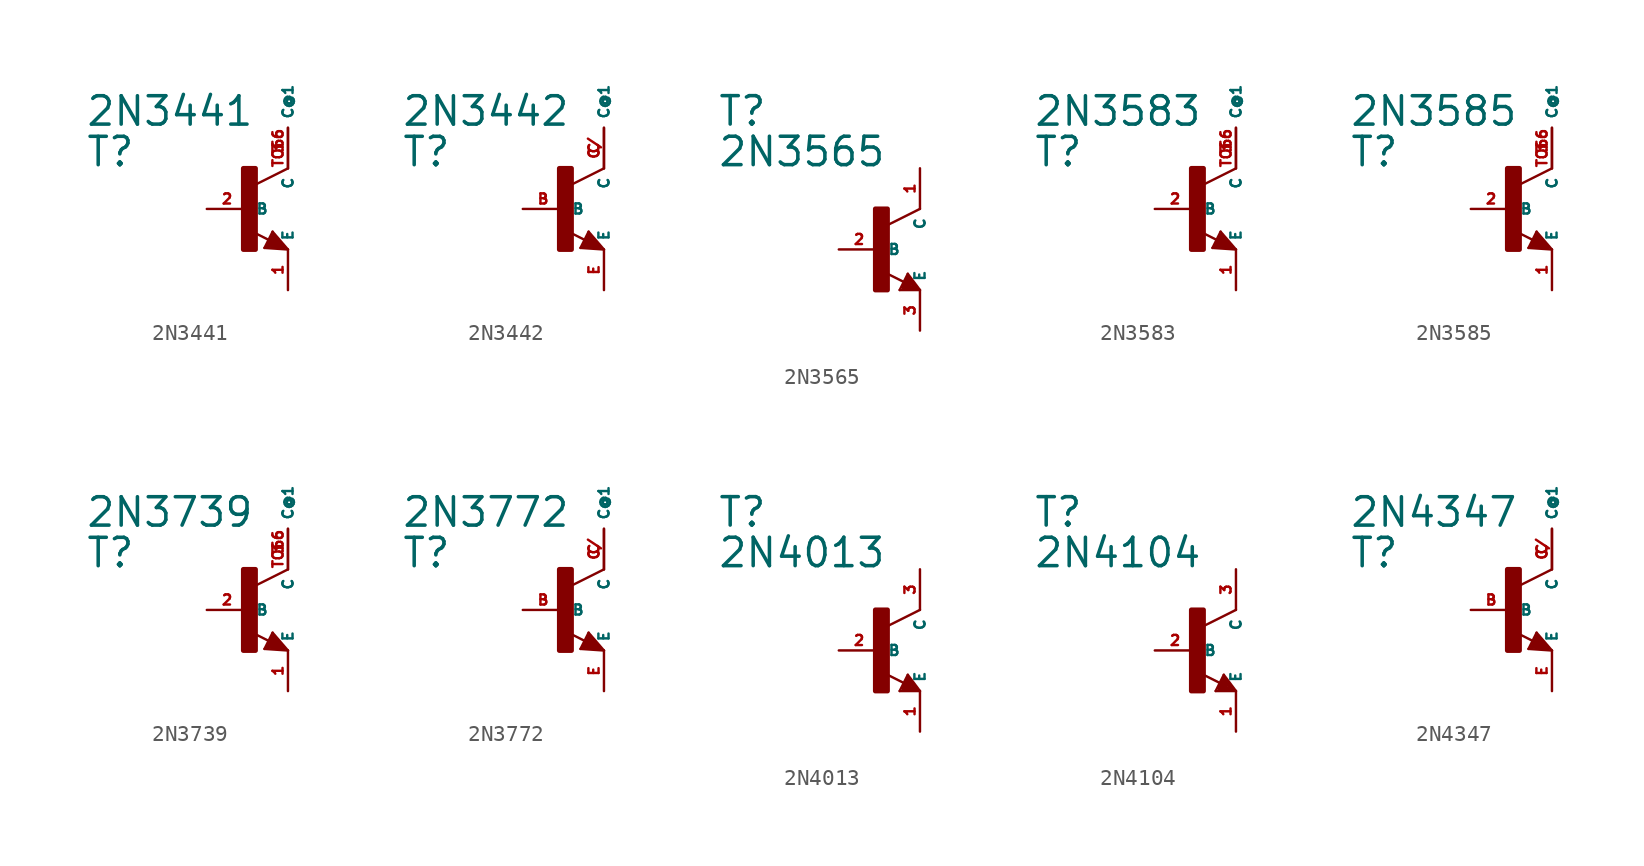
<source format=kicad_sym>
(kicad_symbol_lib
  (version 20220914)
  (generator Eagle2Kicad)
  (symbol "2N3441"
    (property "Reference" "T"
      (at -10.16 2.54 0)
      (effects (font (size 1.778 1.778) (thickness 0.22)) (justify left bottom)))
    (property "Value" "2N3441"
      (at -10.16 5.08 0)
      (effects (font (size 1.778 1.778) (thickness 0.22)) (justify left bottom)))
    (polyline
      (pts (xy 2.54 2.54) (xy 0.508 1.524))
      (stroke (width 0.152) (type default))
      (fill (type none)))
    (polyline
      (pts (xy 1.578 -1.424) (xy 2.54 -2.54))
      (stroke (width 0.152) (type default))
      (fill (type none)))
    (polyline
      (pts (xy 2.54 -2.54) (xy 1.07 -2.44))
      (stroke (width 0.152) (type default))
      (fill (type none)))
    (polyline
      (pts (xy 1.07 -2.44) (xy 1.578 -1.424))
      (stroke (width 0.152) (type default))
      (fill (type none)))
    (polyline
      (pts (xy 1.34 -1.94) (xy 0.108 -1.324))
      (stroke (width 0.152) (type default))
      (fill (type none)))
    (polyline
      (pts (xy 2.286 -2.413) (xy 1.651 -1.651))
      (stroke (width 0.254) (type default))
      (fill (type none)))
    (polyline
      (pts (xy 1.651 -1.651) (xy 1.27 -2.286))
      (stroke (width 0.254) (type default))
      (fill (type none)))
    (polyline
      (pts (xy 1.27 -2.286) (xy 2.159 -2.413))
      (stroke (width 0.254) (type default))
      (fill (type none)))
    (polyline
      (pts (xy 2.159 -2.413) (xy 1.651 -1.905))
      (stroke (width 0.254) (type default))
      (fill (type none)))
    (polyline
      (pts (xy 1.651 -1.905) (xy 1.524 -2.159))
      (stroke (width 0.254) (type default))
      (fill (type none)))
    (polyline
      (pts (xy 1.524 -2.159) (xy 1.778 -2.159))
      (stroke (width 0.254) (type default))
      (fill (type none)))
    (rectangle
      (start -0.254 -2.54)
      (end 0.508 2.54)
      (stroke (width 0.3) (type default))
      (fill (type outline)))
    (pin passive line
      (at -2.54 0 0)
      (length 2.54)
      (name "B" (effects (font (size 0.635 0.635) (thickness 0.08)) (justify left bottom)))
      (number "2" (effects (font (size 0.635 0.635) (thickness 0.08)) (justify left bottom))))
    (pin passive line
      (at 2.54 -5.08 90)
      (length 2.54)
      (name "E" (effects (font (size 0.635 0.635) (thickness 0.08)) (justify left bottom)))
      (number "1" (effects (font (size 0.635 0.635) (thickness 0.08)) (justify left bottom))))
    (pin passive line
      (at 2.54 5.08 270)
      (length 2.54)
      (name "C" (effects (font (size 0.635 0.635) (thickness 0.08)) (justify left bottom)))
      (number "3" (effects (font (size 0.635 0.635) (thickness 0.08)) (justify left bottom))))
    (pin passive line
      (at 2.54 2.54 90)
      (length 2.54)
      (name "C@1" (effects (font (size 0.635 0.635) (thickness 0.08)) (justify left bottom)))
      (number "TO66" (effects (font (size 0.635 0.635) (thickness 0.08)) (justify left bottom)))))
  (symbol "2N3442"
    (property "Reference" "T"
      (at -10.16 2.54 0)
      (effects (font (size 1.778 1.778) (thickness 0.22)) (justify left bottom)))
    (property "Value" "2N3442"
      (at -10.16 5.08 0)
      (effects (font (size 1.778 1.778) (thickness 0.22)) (justify left bottom)))
    (polyline
      (pts (xy 2.54 2.54) (xy 0.508 1.524))
      (stroke (width 0.152) (type default))
      (fill (type none)))
    (polyline
      (pts (xy 1.578 -1.424) (xy 2.54 -2.54))
      (stroke (width 0.152) (type default))
      (fill (type none)))
    (polyline
      (pts (xy 2.54 -2.54) (xy 1.07 -2.44))
      (stroke (width 0.152) (type default))
      (fill (type none)))
    (polyline
      (pts (xy 1.07 -2.44) (xy 1.578 -1.424))
      (stroke (width 0.152) (type default))
      (fill (type none)))
    (polyline
      (pts (xy 1.34 -1.94) (xy 0.108 -1.324))
      (stroke (width 0.152) (type default))
      (fill (type none)))
    (polyline
      (pts (xy 2.286 -2.413) (xy 1.651 -1.651))
      (stroke (width 0.254) (type default))
      (fill (type none)))
    (polyline
      (pts (xy 1.651 -1.651) (xy 1.27 -2.286))
      (stroke (width 0.254) (type default))
      (fill (type none)))
    (polyline
      (pts (xy 1.27 -2.286) (xy 2.159 -2.413))
      (stroke (width 0.254) (type default))
      (fill (type none)))
    (polyline
      (pts (xy 2.159 -2.413) (xy 1.651 -1.905))
      (stroke (width 0.254) (type default))
      (fill (type none)))
    (polyline
      (pts (xy 1.651 -1.905) (xy 1.524 -2.159))
      (stroke (width 0.254) (type default))
      (fill (type none)))
    (polyline
      (pts (xy 1.524 -2.159) (xy 1.778 -2.159))
      (stroke (width 0.254) (type default))
      (fill (type none)))
    (rectangle
      (start -0.254 -2.54)
      (end 0.508 2.54)
      (stroke (width 0.3) (type default))
      (fill (type outline)))
    (pin passive line
      (at -2.54 0 0)
      (length 2.54)
      (name "B" (effects (font (size 0.635 0.635) (thickness 0.08)) (justify left bottom)))
      (number "B" (effects (font (size 0.635 0.635) (thickness 0.08)) (justify left bottom))))
    (pin passive line
      (at 2.54 -5.08 90)
      (length 2.54)
      (name "E" (effects (font (size 0.635 0.635) (thickness 0.08)) (justify left bottom)))
      (number "E" (effects (font (size 0.635 0.635) (thickness 0.08)) (justify left bottom))))
    (pin passive line
      (at 2.54 5.08 270)
      (length 2.54)
      (name "C" (effects (font (size 0.635 0.635) (thickness 0.08)) (justify left bottom)))
      (number "C" (effects (font (size 0.635 0.635) (thickness 0.08)) (justify left bottom))))
    (pin passive line
      (at 2.54 2.54 90)
      (length 2.54)
      (name "C@1" (effects (font (size 0.635 0.635) (thickness 0.08)) (justify left bottom)))
      (number "C/" (effects (font (size 0.635 0.635) (thickness 0.08)) (justify left bottom)))))
  (symbol "2N3565"
    (property "Reference" "T"
      (at -10.16 7.62 0)
      (effects (font (size 1.778 1.778) (thickness 0.22)) (justify left bottom)))
    (property "Value" "2N3565"
      (at -10.16 5.08 0)
      (effects (font (size 1.778 1.778) (thickness 0.22)) (justify left bottom)))
    (polyline
      (pts (xy 2.54 2.54) (xy 0.508 1.524))
      (stroke (width 0.152) (type default))
      (fill (type none)))
    (polyline
      (pts (xy 1.778 -1.524) (xy 2.54 -2.54))
      (stroke (width 0.152) (type default))
      (fill (type none)))
    (polyline
      (pts (xy 2.54 -2.54) (xy 1.27 -2.54))
      (stroke (width 0.152) (type default))
      (fill (type none)))
    (polyline
      (pts (xy 1.27 -2.54) (xy 1.778 -1.524))
      (stroke (width 0.152) (type default))
      (fill (type none)))
    (polyline
      (pts (xy 1.54 -2.04) (xy 0.308 -1.424))
      (stroke (width 0.152) (type default))
      (fill (type none)))
    (polyline
      (pts (xy 1.524 -2.413) (xy 2.286 -2.413))
      (stroke (width 0.254) (type default))
      (fill (type none)))
    (polyline
      (pts (xy 2.286 -2.413) (xy 1.778 -1.778))
      (stroke (width 0.254) (type default))
      (fill (type none)))
    (polyline
      (pts (xy 1.778 -1.778) (xy 1.524 -2.286))
      (stroke (width 0.254) (type default))
      (fill (type none)))
    (polyline
      (pts (xy 1.524 -2.286) (xy 1.905 -2.286))
      (stroke (width 0.254) (type default))
      (fill (type none)))
    (polyline
      (pts (xy 1.905 -2.286) (xy 1.778 -2.032))
      (stroke (width 0.254) (type default))
      (fill (type none)))
    (rectangle
      (start -0.254 -2.54)
      (end 0.508 2.54)
      (stroke (width 0.3) (type default))
      (fill (type outline)))
    (pin passive line
      (at -2.54 0 0)
      (length 2.54)
      (name "B" (effects (font (size 0.635 0.635) (thickness 0.08)) (justify left bottom)))
      (number "2" (effects (font (size 0.635 0.635) (thickness 0.08)) (justify left bottom))))
    (pin passive line
      (at 2.54 -5.08 90)
      (length 2.54)
      (name "E" (effects (font (size 0.635 0.635) (thickness 0.08)) (justify left bottom)))
      (number "3" (effects (font (size 0.635 0.635) (thickness 0.08)) (justify left bottom))))
    (pin passive line
      (at 2.54 5.08 270)
      (length 2.54)
      (name "C" (effects (font (size 0.635 0.635) (thickness 0.08)) (justify left bottom)))
      (number "1" (effects (font (size 0.635 0.635) (thickness 0.08)) (justify left bottom)))))
  (symbol "2N3583"
    (property "Reference" "T"
      (at -10.16 2.54 0)
      (effects (font (size 1.778 1.778) (thickness 0.22)) (justify left bottom)))
    (property "Value" "2N3583"
      (at -10.16 5.08 0)
      (effects (font (size 1.778 1.778) (thickness 0.22)) (justify left bottom)))
    (polyline
      (pts (xy 2.54 2.54) (xy 0.508 1.524))
      (stroke (width 0.152) (type default))
      (fill (type none)))
    (polyline
      (pts (xy 1.578 -1.424) (xy 2.54 -2.54))
      (stroke (width 0.152) (type default))
      (fill (type none)))
    (polyline
      (pts (xy 2.54 -2.54) (xy 1.07 -2.44))
      (stroke (width 0.152) (type default))
      (fill (type none)))
    (polyline
      (pts (xy 1.07 -2.44) (xy 1.578 -1.424))
      (stroke (width 0.152) (type default))
      (fill (type none)))
    (polyline
      (pts (xy 1.34 -1.94) (xy 0.108 -1.324))
      (stroke (width 0.152) (type default))
      (fill (type none)))
    (polyline
      (pts (xy 2.286 -2.413) (xy 1.651 -1.651))
      (stroke (width 0.254) (type default))
      (fill (type none)))
    (polyline
      (pts (xy 1.651 -1.651) (xy 1.27 -2.286))
      (stroke (width 0.254) (type default))
      (fill (type none)))
    (polyline
      (pts (xy 1.27 -2.286) (xy 2.159 -2.413))
      (stroke (width 0.254) (type default))
      (fill (type none)))
    (polyline
      (pts (xy 2.159 -2.413) (xy 1.651 -1.905))
      (stroke (width 0.254) (type default))
      (fill (type none)))
    (polyline
      (pts (xy 1.651 -1.905) (xy 1.524 -2.159))
      (stroke (width 0.254) (type default))
      (fill (type none)))
    (polyline
      (pts (xy 1.524 -2.159) (xy 1.778 -2.159))
      (stroke (width 0.254) (type default))
      (fill (type none)))
    (rectangle
      (start -0.254 -2.54)
      (end 0.508 2.54)
      (stroke (width 0.3) (type default))
      (fill (type outline)))
    (pin passive line
      (at -2.54 0 0)
      (length 2.54)
      (name "B" (effects (font (size 0.635 0.635) (thickness 0.08)) (justify left bottom)))
      (number "2" (effects (font (size 0.635 0.635) (thickness 0.08)) (justify left bottom))))
    (pin passive line
      (at 2.54 -5.08 90)
      (length 2.54)
      (name "E" (effects (font (size 0.635 0.635) (thickness 0.08)) (justify left bottom)))
      (number "1" (effects (font (size 0.635 0.635) (thickness 0.08)) (justify left bottom))))
    (pin passive line
      (at 2.54 5.08 270)
      (length 2.54)
      (name "C" (effects (font (size 0.635 0.635) (thickness 0.08)) (justify left bottom)))
      (number "3" (effects (font (size 0.635 0.635) (thickness 0.08)) (justify left bottom))))
    (pin passive line
      (at 2.54 2.54 90)
      (length 2.54)
      (name "C@1" (effects (font (size 0.635 0.635) (thickness 0.08)) (justify left bottom)))
      (number "TO66" (effects (font (size 0.635 0.635) (thickness 0.08)) (justify left bottom)))))
  (symbol "2N3585"
    (property "Reference" "T"
      (at -10.16 2.54 0)
      (effects (font (size 1.778 1.778) (thickness 0.22)) (justify left bottom)))
    (property "Value" "2N3585"
      (at -10.16 5.08 0)
      (effects (font (size 1.778 1.778) (thickness 0.22)) (justify left bottom)))
    (polyline
      (pts (xy 2.54 2.54) (xy 0.508 1.524))
      (stroke (width 0.152) (type default))
      (fill (type none)))
    (polyline
      (pts (xy 1.578 -1.424) (xy 2.54 -2.54))
      (stroke (width 0.152) (type default))
      (fill (type none)))
    (polyline
      (pts (xy 2.54 -2.54) (xy 1.07 -2.44))
      (stroke (width 0.152) (type default))
      (fill (type none)))
    (polyline
      (pts (xy 1.07 -2.44) (xy 1.578 -1.424))
      (stroke (width 0.152) (type default))
      (fill (type none)))
    (polyline
      (pts (xy 1.34 -1.94) (xy 0.108 -1.324))
      (stroke (width 0.152) (type default))
      (fill (type none)))
    (polyline
      (pts (xy 2.286 -2.413) (xy 1.651 -1.651))
      (stroke (width 0.254) (type default))
      (fill (type none)))
    (polyline
      (pts (xy 1.651 -1.651) (xy 1.27 -2.286))
      (stroke (width 0.254) (type default))
      (fill (type none)))
    (polyline
      (pts (xy 1.27 -2.286) (xy 2.159 -2.413))
      (stroke (width 0.254) (type default))
      (fill (type none)))
    (polyline
      (pts (xy 2.159 -2.413) (xy 1.651 -1.905))
      (stroke (width 0.254) (type default))
      (fill (type none)))
    (polyline
      (pts (xy 1.651 -1.905) (xy 1.524 -2.159))
      (stroke (width 0.254) (type default))
      (fill (type none)))
    (polyline
      (pts (xy 1.524 -2.159) (xy 1.778 -2.159))
      (stroke (width 0.254) (type default))
      (fill (type none)))
    (rectangle
      (start -0.254 -2.54)
      (end 0.508 2.54)
      (stroke (width 0.3) (type default))
      (fill (type outline)))
    (pin passive line
      (at -2.54 0 0)
      (length 2.54)
      (name "B" (effects (font (size 0.635 0.635) (thickness 0.08)) (justify left bottom)))
      (number "2" (effects (font (size 0.635 0.635) (thickness 0.08)) (justify left bottom))))
    (pin passive line
      (at 2.54 -5.08 90)
      (length 2.54)
      (name "E" (effects (font (size 0.635 0.635) (thickness 0.08)) (justify left bottom)))
      (number "1" (effects (font (size 0.635 0.635) (thickness 0.08)) (justify left bottom))))
    (pin passive line
      (at 2.54 5.08 270)
      (length 2.54)
      (name "C" (effects (font (size 0.635 0.635) (thickness 0.08)) (justify left bottom)))
      (number "3" (effects (font (size 0.635 0.635) (thickness 0.08)) (justify left bottom))))
    (pin passive line
      (at 2.54 2.54 90)
      (length 2.54)
      (name "C@1" (effects (font (size 0.635 0.635) (thickness 0.08)) (justify left bottom)))
      (number "TO66" (effects (font (size 0.635 0.635) (thickness 0.08)) (justify left bottom)))))
  (symbol "2N3739"
    (property "Reference" "T"
      (at -10.16 2.54 0)
      (effects (font (size 1.778 1.778) (thickness 0.22)) (justify left bottom)))
    (property "Value" "2N3739"
      (at -10.16 5.08 0)
      (effects (font (size 1.778 1.778) (thickness 0.22)) (justify left bottom)))
    (polyline
      (pts (xy 2.54 2.54) (xy 0.508 1.524))
      (stroke (width 0.152) (type default))
      (fill (type none)))
    (polyline
      (pts (xy 1.578 -1.424) (xy 2.54 -2.54))
      (stroke (width 0.152) (type default))
      (fill (type none)))
    (polyline
      (pts (xy 2.54 -2.54) (xy 1.07 -2.44))
      (stroke (width 0.152) (type default))
      (fill (type none)))
    (polyline
      (pts (xy 1.07 -2.44) (xy 1.578 -1.424))
      (stroke (width 0.152) (type default))
      (fill (type none)))
    (polyline
      (pts (xy 1.34 -1.94) (xy 0.108 -1.324))
      (stroke (width 0.152) (type default))
      (fill (type none)))
    (polyline
      (pts (xy 2.286 -2.413) (xy 1.651 -1.651))
      (stroke (width 0.254) (type default))
      (fill (type none)))
    (polyline
      (pts (xy 1.651 -1.651) (xy 1.27 -2.286))
      (stroke (width 0.254) (type default))
      (fill (type none)))
    (polyline
      (pts (xy 1.27 -2.286) (xy 2.159 -2.413))
      (stroke (width 0.254) (type default))
      (fill (type none)))
    (polyline
      (pts (xy 2.159 -2.413) (xy 1.651 -1.905))
      (stroke (width 0.254) (type default))
      (fill (type none)))
    (polyline
      (pts (xy 1.651 -1.905) (xy 1.524 -2.159))
      (stroke (width 0.254) (type default))
      (fill (type none)))
    (polyline
      (pts (xy 1.524 -2.159) (xy 1.778 -2.159))
      (stroke (width 0.254) (type default))
      (fill (type none)))
    (rectangle
      (start -0.254 -2.54)
      (end 0.508 2.54)
      (stroke (width 0.3) (type default))
      (fill (type outline)))
    (pin passive line
      (at -2.54 0 0)
      (length 2.54)
      (name "B" (effects (font (size 0.635 0.635) (thickness 0.08)) (justify left bottom)))
      (number "2" (effects (font (size 0.635 0.635) (thickness 0.08)) (justify left bottom))))
    (pin passive line
      (at 2.54 -5.08 90)
      (length 2.54)
      (name "E" (effects (font (size 0.635 0.635) (thickness 0.08)) (justify left bottom)))
      (number "1" (effects (font (size 0.635 0.635) (thickness 0.08)) (justify left bottom))))
    (pin passive line
      (at 2.54 5.08 270)
      (length 2.54)
      (name "C" (effects (font (size 0.635 0.635) (thickness 0.08)) (justify left bottom)))
      (number "3" (effects (font (size 0.635 0.635) (thickness 0.08)) (justify left bottom))))
    (pin passive line
      (at 2.54 2.54 90)
      (length 2.54)
      (name "C@1" (effects (font (size 0.635 0.635) (thickness 0.08)) (justify left bottom)))
      (number "TO66" (effects (font (size 0.635 0.635) (thickness 0.08)) (justify left bottom)))))
  (symbol "2N3772"
    (property "Reference" "T"
      (at -10.16 2.54 0)
      (effects (font (size 1.778 1.778) (thickness 0.22)) (justify left bottom)))
    (property "Value" "2N3772"
      (at -10.16 5.08 0)
      (effects (font (size 1.778 1.778) (thickness 0.22)) (justify left bottom)))
    (polyline
      (pts (xy 2.54 2.54) (xy 0.508 1.524))
      (stroke (width 0.152) (type default))
      (fill (type none)))
    (polyline
      (pts (xy 1.578 -1.424) (xy 2.54 -2.54))
      (stroke (width 0.152) (type default))
      (fill (type none)))
    (polyline
      (pts (xy 2.54 -2.54) (xy 1.07 -2.44))
      (stroke (width 0.152) (type default))
      (fill (type none)))
    (polyline
      (pts (xy 1.07 -2.44) (xy 1.578 -1.424))
      (stroke (width 0.152) (type default))
      (fill (type none)))
    (polyline
      (pts (xy 1.34 -1.94) (xy 0.108 -1.324))
      (stroke (width 0.152) (type default))
      (fill (type none)))
    (polyline
      (pts (xy 2.286 -2.413) (xy 1.651 -1.651))
      (stroke (width 0.254) (type default))
      (fill (type none)))
    (polyline
      (pts (xy 1.651 -1.651) (xy 1.27 -2.286))
      (stroke (width 0.254) (type default))
      (fill (type none)))
    (polyline
      (pts (xy 1.27 -2.286) (xy 2.159 -2.413))
      (stroke (width 0.254) (type default))
      (fill (type none)))
    (polyline
      (pts (xy 2.159 -2.413) (xy 1.651 -1.905))
      (stroke (width 0.254) (type default))
      (fill (type none)))
    (polyline
      (pts (xy 1.651 -1.905) (xy 1.524 -2.159))
      (stroke (width 0.254) (type default))
      (fill (type none)))
    (polyline
      (pts (xy 1.524 -2.159) (xy 1.778 -2.159))
      (stroke (width 0.254) (type default))
      (fill (type none)))
    (rectangle
      (start -0.254 -2.54)
      (end 0.508 2.54)
      (stroke (width 0.3) (type default))
      (fill (type outline)))
    (pin passive line
      (at -2.54 0 0)
      (length 2.54)
      (name "B" (effects (font (size 0.635 0.635) (thickness 0.08)) (justify left bottom)))
      (number "B" (effects (font (size 0.635 0.635) (thickness 0.08)) (justify left bottom))))
    (pin passive line
      (at 2.54 -5.08 90)
      (length 2.54)
      (name "E" (effects (font (size 0.635 0.635) (thickness 0.08)) (justify left bottom)))
      (number "E" (effects (font (size 0.635 0.635) (thickness 0.08)) (justify left bottom))))
    (pin passive line
      (at 2.54 5.08 270)
      (length 2.54)
      (name "C" (effects (font (size 0.635 0.635) (thickness 0.08)) (justify left bottom)))
      (number "C" (effects (font (size 0.635 0.635) (thickness 0.08)) (justify left bottom))))
    (pin passive line
      (at 2.54 2.54 90)
      (length 2.54)
      (name "C@1" (effects (font (size 0.635 0.635) (thickness 0.08)) (justify left bottom)))
      (number "C/" (effects (font (size 0.635 0.635) (thickness 0.08)) (justify left bottom)))))
  (symbol "2N4013"
    (property "Reference" "T"
      (at -10.16 7.62 0)
      (effects (font (size 1.778 1.778) (thickness 0.22)) (justify left bottom)))
    (property "Value" "2N4013"
      (at -10.16 5.08 0)
      (effects (font (size 1.778 1.778) (thickness 0.22)) (justify left bottom)))
    (polyline
      (pts (xy 2.54 2.54) (xy 0.508 1.524))
      (stroke (width 0.152) (type default))
      (fill (type none)))
    (polyline
      (pts (xy 1.778 -1.524) (xy 2.54 -2.54))
      (stroke (width 0.152) (type default))
      (fill (type none)))
    (polyline
      (pts (xy 2.54 -2.54) (xy 1.27 -2.54))
      (stroke (width 0.152) (type default))
      (fill (type none)))
    (polyline
      (pts (xy 1.27 -2.54) (xy 1.778 -1.524))
      (stroke (width 0.152) (type default))
      (fill (type none)))
    (polyline
      (pts (xy 1.54 -2.04) (xy 0.308 -1.424))
      (stroke (width 0.152) (type default))
      (fill (type none)))
    (polyline
      (pts (xy 1.524 -2.413) (xy 2.286 -2.413))
      (stroke (width 0.254) (type default))
      (fill (type none)))
    (polyline
      (pts (xy 2.286 -2.413) (xy 1.778 -1.778))
      (stroke (width 0.254) (type default))
      (fill (type none)))
    (polyline
      (pts (xy 1.778 -1.778) (xy 1.524 -2.286))
      (stroke (width 0.254) (type default))
      (fill (type none)))
    (polyline
      (pts (xy 1.524 -2.286) (xy 1.905 -2.286))
      (stroke (width 0.254) (type default))
      (fill (type none)))
    (polyline
      (pts (xy 1.905 -2.286) (xy 1.778 -2.032))
      (stroke (width 0.254) (type default))
      (fill (type none)))
    (rectangle
      (start -0.254 -2.54)
      (end 0.508 2.54)
      (stroke (width 0.3) (type default))
      (fill (type outline)))
    (pin passive line
      (at -2.54 0 0)
      (length 2.54)
      (name "B" (effects (font (size 0.635 0.635) (thickness 0.08)) (justify left bottom)))
      (number "2" (effects (font (size 0.635 0.635) (thickness 0.08)) (justify left bottom))))
    (pin passive line
      (at 2.54 -5.08 90)
      (length 2.54)
      (name "E" (effects (font (size 0.635 0.635) (thickness 0.08)) (justify left bottom)))
      (number "1" (effects (font (size 0.635 0.635) (thickness 0.08)) (justify left bottom))))
    (pin passive line
      (at 2.54 5.08 270)
      (length 2.54)
      (name "C" (effects (font (size 0.635 0.635) (thickness 0.08)) (justify left bottom)))
      (number "3" (effects (font (size 0.635 0.635) (thickness 0.08)) (justify left bottom)))))
  (symbol "2N4104"
    (property "Reference" "T"
      (at -10.16 7.62 0)
      (effects (font (size 1.778 1.778) (thickness 0.22)) (justify left bottom)))
    (property "Value" "2N4104"
      (at -10.16 5.08 0)
      (effects (font (size 1.778 1.778) (thickness 0.22)) (justify left bottom)))
    (polyline
      (pts (xy 2.54 2.54) (xy 0.508 1.524))
      (stroke (width 0.152) (type default))
      (fill (type none)))
    (polyline
      (pts (xy 1.778 -1.524) (xy 2.54 -2.54))
      (stroke (width 0.152) (type default))
      (fill (type none)))
    (polyline
      (pts (xy 2.54 -2.54) (xy 1.27 -2.54))
      (stroke (width 0.152) (type default))
      (fill (type none)))
    (polyline
      (pts (xy 1.27 -2.54) (xy 1.778 -1.524))
      (stroke (width 0.152) (type default))
      (fill (type none)))
    (polyline
      (pts (xy 1.54 -2.04) (xy 0.308 -1.424))
      (stroke (width 0.152) (type default))
      (fill (type none)))
    (polyline
      (pts (xy 1.524 -2.413) (xy 2.286 -2.413))
      (stroke (width 0.254) (type default))
      (fill (type none)))
    (polyline
      (pts (xy 2.286 -2.413) (xy 1.778 -1.778))
      (stroke (width 0.254) (type default))
      (fill (type none)))
    (polyline
      (pts (xy 1.778 -1.778) (xy 1.524 -2.286))
      (stroke (width 0.254) (type default))
      (fill (type none)))
    (polyline
      (pts (xy 1.524 -2.286) (xy 1.905 -2.286))
      (stroke (width 0.254) (type default))
      (fill (type none)))
    (polyline
      (pts (xy 1.905 -2.286) (xy 1.778 -2.032))
      (stroke (width 0.254) (type default))
      (fill (type none)))
    (rectangle
      (start -0.254 -2.54)
      (end 0.508 2.54)
      (stroke (width 0.3) (type default))
      (fill (type outline)))
    (pin passive line
      (at -2.54 0 0)
      (length 2.54)
      (name "B" (effects (font (size 0.635 0.635) (thickness 0.08)) (justify left bottom)))
      (number "2" (effects (font (size 0.635 0.635) (thickness 0.08)) (justify left bottom))))
    (pin passive line
      (at 2.54 -5.08 90)
      (length 2.54)
      (name "E" (effects (font (size 0.635 0.635) (thickness 0.08)) (justify left bottom)))
      (number "1" (effects (font (size 0.635 0.635) (thickness 0.08)) (justify left bottom))))
    (pin passive line
      (at 2.54 5.08 270)
      (length 2.54)
      (name "C" (effects (font (size 0.635 0.635) (thickness 0.08)) (justify left bottom)))
      (number "3" (effects (font (size 0.635 0.635) (thickness 0.08)) (justify left bottom)))))
  (symbol "2N4347"
    (property "Reference" "T"
      (at -10.16 2.54 0)
      (effects (font (size 1.778 1.778) (thickness 0.22)) (justify left bottom)))
    (property "Value" "2N4347"
      (at -10.16 5.08 0)
      (effects (font (size 1.778 1.778) (thickness 0.22)) (justify left bottom)))
    (polyline
      (pts (xy 2.54 2.54) (xy 0.508 1.524))
      (stroke (width 0.152) (type default))
      (fill (type none)))
    (polyline
      (pts (xy 1.578 -1.424) (xy 2.54 -2.54))
      (stroke (width 0.152) (type default))
      (fill (type none)))
    (polyline
      (pts (xy 2.54 -2.54) (xy 1.07 -2.44))
      (stroke (width 0.152) (type default))
      (fill (type none)))
    (polyline
      (pts (xy 1.07 -2.44) (xy 1.578 -1.424))
      (stroke (width 0.152) (type default))
      (fill (type none)))
    (polyline
      (pts (xy 1.34 -1.94) (xy 0.108 -1.324))
      (stroke (width 0.152) (type default))
      (fill (type none)))
    (polyline
      (pts (xy 2.286 -2.413) (xy 1.651 -1.651))
      (stroke (width 0.254) (type default))
      (fill (type none)))
    (polyline
      (pts (xy 1.651 -1.651) (xy 1.27 -2.286))
      (stroke (width 0.254) (type default))
      (fill (type none)))
    (polyline
      (pts (xy 1.27 -2.286) (xy 2.159 -2.413))
      (stroke (width 0.254) (type default))
      (fill (type none)))
    (polyline
      (pts (xy 2.159 -2.413) (xy 1.651 -1.905))
      (stroke (width 0.254) (type default))
      (fill (type none)))
    (polyline
      (pts (xy 1.651 -1.905) (xy 1.524 -2.159))
      (stroke (width 0.254) (type default))
      (fill (type none)))
    (polyline
      (pts (xy 1.524 -2.159) (xy 1.778 -2.159))
      (stroke (width 0.254) (type default))
      (fill (type none)))
    (rectangle
      (start -0.254 -2.54)
      (end 0.508 2.54)
      (stroke (width 0.3) (type default))
      (fill (type outline)))
    (pin passive line
      (at -2.54 0 0)
      (length 2.54)
      (name "B" (effects (font (size 0.635 0.635) (thickness 0.08)) (justify left bottom)))
      (number "B" (effects (font (size 0.635 0.635) (thickness 0.08)) (justify left bottom))))
    (pin passive line
      (at 2.54 -5.08 90)
      (length 2.54)
      (name "E" (effects (font (size 0.635 0.635) (thickness 0.08)) (justify left bottom)))
      (number "E" (effects (font (size 0.635 0.635) (thickness 0.08)) (justify left bottom))))
    (pin passive line
      (at 2.54 5.08 270)
      (length 2.54)
      (name "C" (effects (font (size 0.635 0.635) (thickness 0.08)) (justify left bottom)))
      (number "C" (effects (font (size 0.635 0.635) (thickness 0.08)) (justify left bottom))))
    (pin passive line
      (at 2.54 2.54 90)
      (length 2.54)
      (name "C@1" (effects (font (size 0.635 0.635) (thickness 0.08)) (justify left bottom)))
      (number "C/" (effects (font (size 0.635 0.635) (thickness 0.08)) (justify left bottom))))))
</source>
